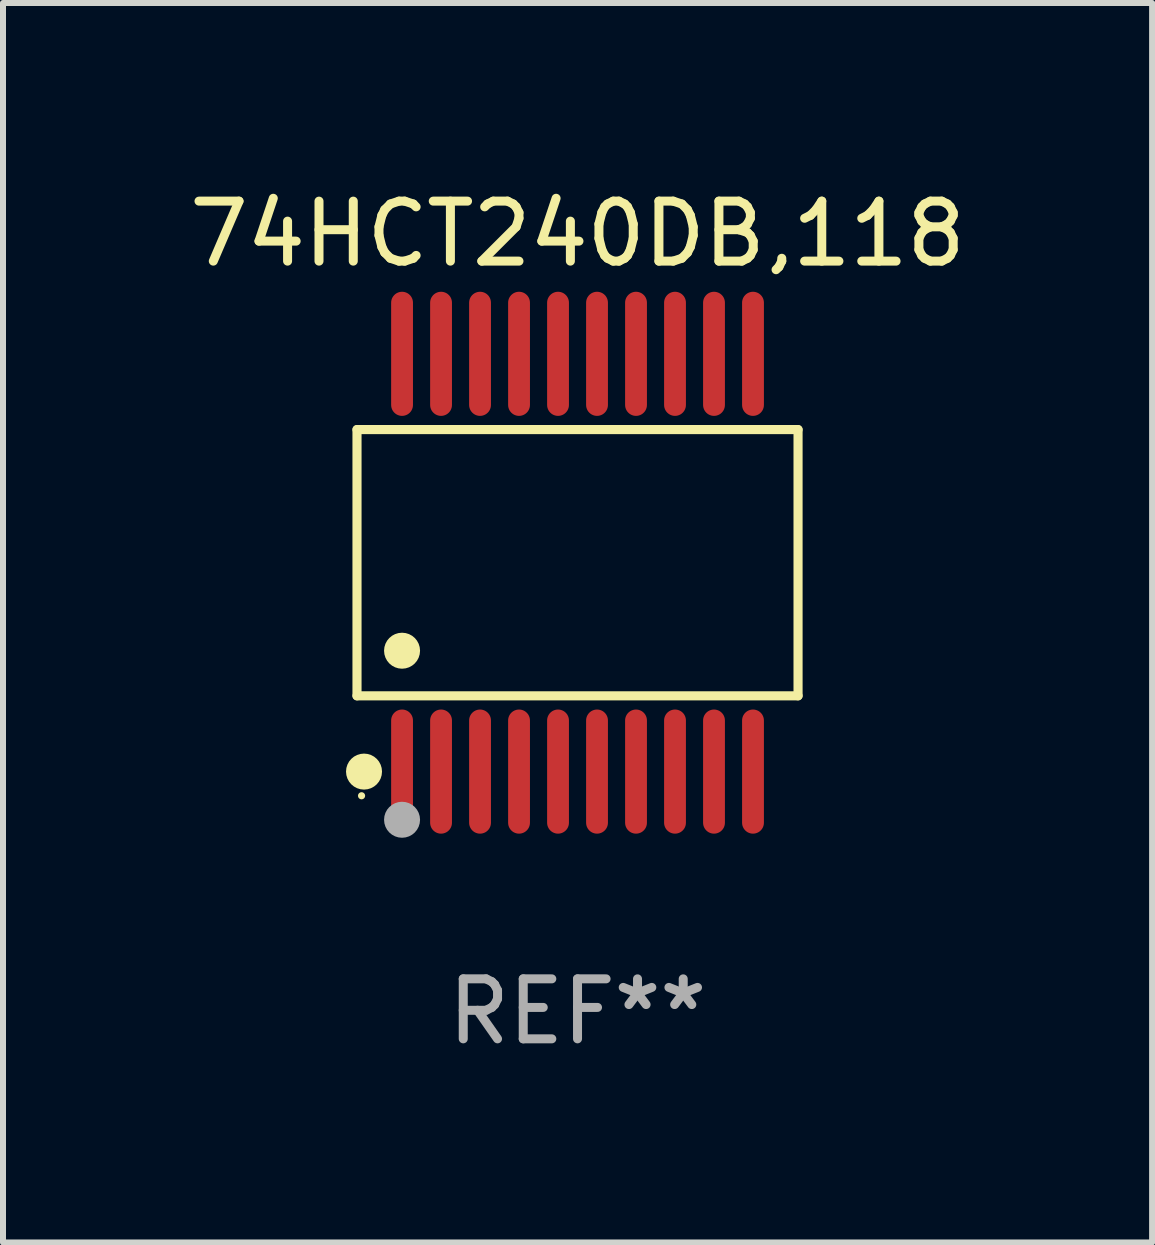
<source format=kicad_pcb>
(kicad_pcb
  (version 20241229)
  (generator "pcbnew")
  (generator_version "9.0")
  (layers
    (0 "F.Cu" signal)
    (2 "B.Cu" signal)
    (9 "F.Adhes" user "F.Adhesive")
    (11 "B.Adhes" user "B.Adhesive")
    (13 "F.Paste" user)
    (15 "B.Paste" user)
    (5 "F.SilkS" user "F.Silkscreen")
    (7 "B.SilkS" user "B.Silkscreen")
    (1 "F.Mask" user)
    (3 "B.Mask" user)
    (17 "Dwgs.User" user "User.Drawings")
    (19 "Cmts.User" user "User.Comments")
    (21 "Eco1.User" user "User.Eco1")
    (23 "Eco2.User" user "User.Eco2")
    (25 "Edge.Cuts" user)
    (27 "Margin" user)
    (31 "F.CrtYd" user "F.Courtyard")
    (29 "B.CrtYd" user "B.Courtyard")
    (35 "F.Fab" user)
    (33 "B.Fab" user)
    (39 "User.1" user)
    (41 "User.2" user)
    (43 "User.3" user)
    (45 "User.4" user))
  (footprint "74HCT240DB,118"
    (layer "F.Cu")
    (at 6.577 6.33)
    (property "Reference" "74HCT240DB,118" (at 0 -5.482 0) (layer "F.SilkS") (effects (font (size 1 1) (thickness 0.15))))
    (attr through_hole)
    (fp_line (start -3.676 -2.219) (end 3.676 -2.219) (stroke (width 0.152) (type solid)) (layer "F.SilkS"))
    (fp_line (start -3.676 2.219) (end -3.676 -2.219) (stroke (width 0.152) (type solid)) (layer "F.SilkS"))
    (fp_line (start 3.676 -2.219) (end 3.676 2.219) (stroke (width 0.152) (type solid)) (layer "F.SilkS"))
    (fp_line (start 3.676 2.219) (end -3.676 2.219) (stroke (width 0.152) (type solid)) (layer "F.SilkS"))
    (fp_circle (center -3.6 3.885) (end -3.57 3.885) (stroke (width 0.06) (type solid)) (fill no) (layer "F.SilkS"))
    (fp_circle (center -3.559 3.482) (end -3.409 3.482) (stroke (width 0.3) (type solid)) (fill no) (layer "F.SilkS"))
    (fp_circle (center -2.925 1.467) (end -2.775 1.467) (stroke (width 0.3) (type solid)) (fill no) (layer "F.SilkS"))
    (fp_circle (center -2.925 4.285) (end -2.775 4.285) (stroke (width 0.3) (type solid)) (fill no) (layer "F.Fab"))
    (fp_text user "REF**" (at 0 7.482 0) (layer "F.Fab") (effects (font (size 1 1) (thickness 0.15))))
    (pad "1" smd oval (at -2.925 3.482) (size 0.364 2.069) (layers "F.Cu" "F.Mask" "F.Paste"))
    (pad "2" smd oval (at -2.275 3.482) (size 0.364 2.069) (layers "F.Cu" "F.Mask" "F.Paste"))
    (pad "3" smd oval (at -1.625 3.482) (size 0.364 2.069) (layers "F.Cu" "F.Mask" "F.Paste"))
    (pad "4" smd oval (at -0.975 3.482) (size 0.364 2.069) (layers "F.Cu" "F.Mask" "F.Paste"))
    (pad "5" smd oval (at -0.325 3.482) (size 0.364 2.069) (layers "F.Cu" "F.Mask" "F.Paste"))
    (pad "6" smd oval (at 0.325 3.482) (size 0.364 2.069) (layers "F.Cu" "F.Mask" "F.Paste"))
    (pad "7" smd oval (at 0.975 3.482) (size 0.364 2.069) (layers "F.Cu" "F.Mask" "F.Paste"))
    (pad "8" smd oval (at 1.625 3.482) (size 0.364 2.069) (layers "F.Cu" "F.Mask" "F.Paste"))
    (pad "9" smd oval (at 2.275 3.482) (size 0.364 2.069) (layers "F.Cu" "F.Mask" "F.Paste"))
    (pad "10" smd oval (at 2.925 3.482) (size 0.364 2.069) (layers "F.Cu" "F.Mask" "F.Paste"))
    (pad "11" smd oval (at 2.925 -3.482) (size 0.364 2.069) (layers "F.Cu" "F.Mask" "F.Paste"))
    (pad "12" smd oval (at 2.275 -3.482) (size 0.364 2.069) (layers "F.Cu" "F.Mask" "F.Paste"))
    (pad "13" smd oval (at 1.625 -3.482) (size 0.364 2.069) (layers "F.Cu" "F.Mask" "F.Paste"))
    (pad "14" smd oval (at 0.975 -3.482) (size 0.364 2.069) (layers "F.Cu" "F.Mask" "F.Paste"))
    (pad "15" smd oval (at 0.325 -3.482) (size 0.364 2.069) (layers "F.Cu" "F.Mask" "F.Paste"))
    (pad "16" smd oval (at -0.325 -3.482) (size 0.364 2.069) (layers "F.Cu" "F.Mask" "F.Paste"))
    (pad "17" smd oval (at -0.975 -3.482) (size 0.364 2.069) (layers "F.Cu" "F.Mask" "F.Paste"))
    (pad "18" smd oval (at -1.625 -3.482) (size 0.364 2.069) (layers "F.Cu" "F.Mask" "F.Paste"))
    (pad "19" smd oval (at -2.275 -3.482) (size 0.364 2.069) (layers "F.Cu" "F.Mask" "F.Paste"))
    (pad "20" smd oval (at -2.925 -3.482) (size 0.364 2.069) (layers "F.Cu" "F.Mask" "F.Paste")))
  (gr_rect
    (start -3 -3)
    (end 16.155 17.661)
    (stroke (width 0.1) (type default))
    (fill no)
    (layer "Edge.Cuts")))
</source>
